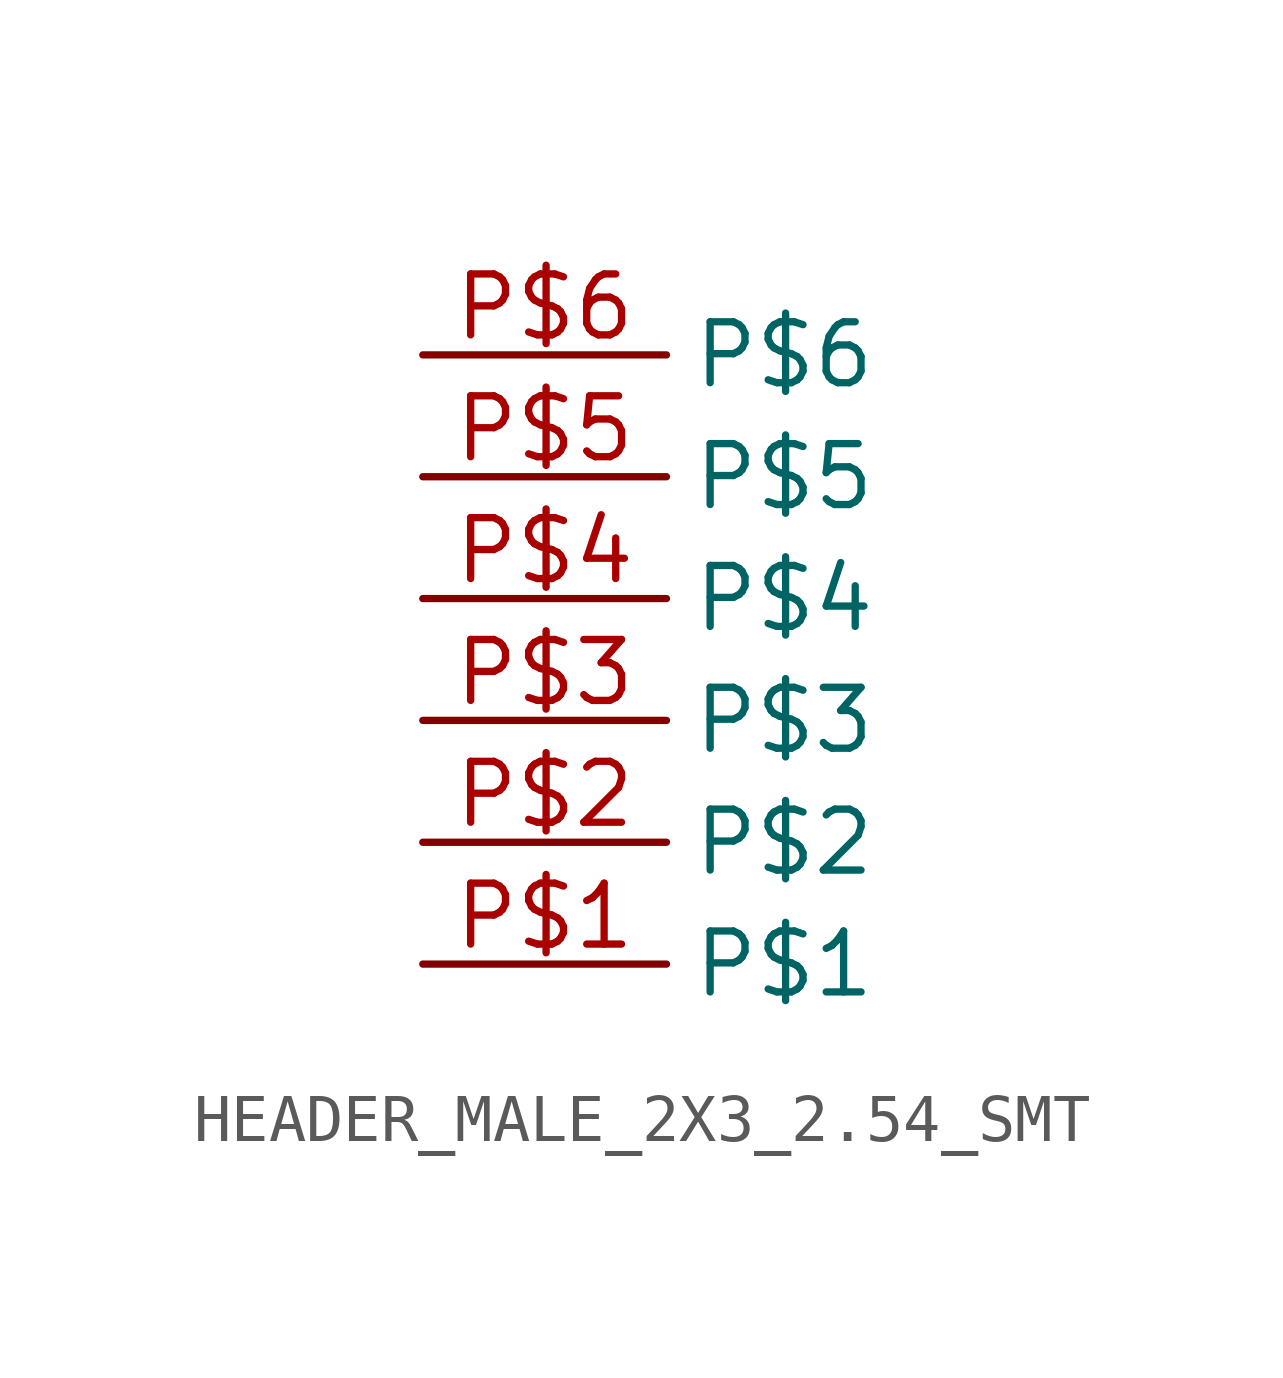
<source format=kicad_sym>
(kicad_symbol_lib
  (version 20210619)
  (generator kicad_symbol_editor)
  (symbol "HEADER_MALE_2X3_2.54_SMT"
    (property "Reference" ""
      (at 0 0 0)
      (effects (font (size 1.27 1.27)) hide))
    (property "ki_locked" ""
      (at 0 0 0)
      (effects (font (size 1.27 1.27))))
    (symbol "HEADER_MALE_2X3_2.54_SMT_1_0"
      (pin bidirectional line (at -5.08 0 0) (length 5.08) (name "P$1" (effects (font (size 1.27 1.27)))) (number "P$1" (effects (font (size 1.27 1.27)))))
      (pin bidirectional line (at -5.08 2.54 0) (length 5.08) (name "P$2" (effects (font (size 1.27 1.27)))) (number "P$2" (effects (font (size 1.27 1.27)))))
      (pin bidirectional line (at -5.08 5.08 0) (length 5.08) (name "P$3" (effects (font (size 1.27 1.27)))) (number "P$3" (effects (font (size 1.27 1.27)))))
      (pin bidirectional line (at -5.08 7.62 0) (length 5.08) (name "P$4" (effects (font (size 1.27 1.27)))) (number "P$4" (effects (font (size 1.27 1.27)))))
      (pin bidirectional line (at -5.08 10.16 0) (length 5.08) (name "P$5" (effects (font (size 1.27 1.27)))) (number "P$5" (effects (font (size 1.27 1.27)))))
      (pin bidirectional line (at -5.08 12.7 0) (length 5.08) (name "P$6" (effects (font (size 1.27 1.27)))) (number "P$6" (effects (font (size 1.27 1.27))))))))
</source>
